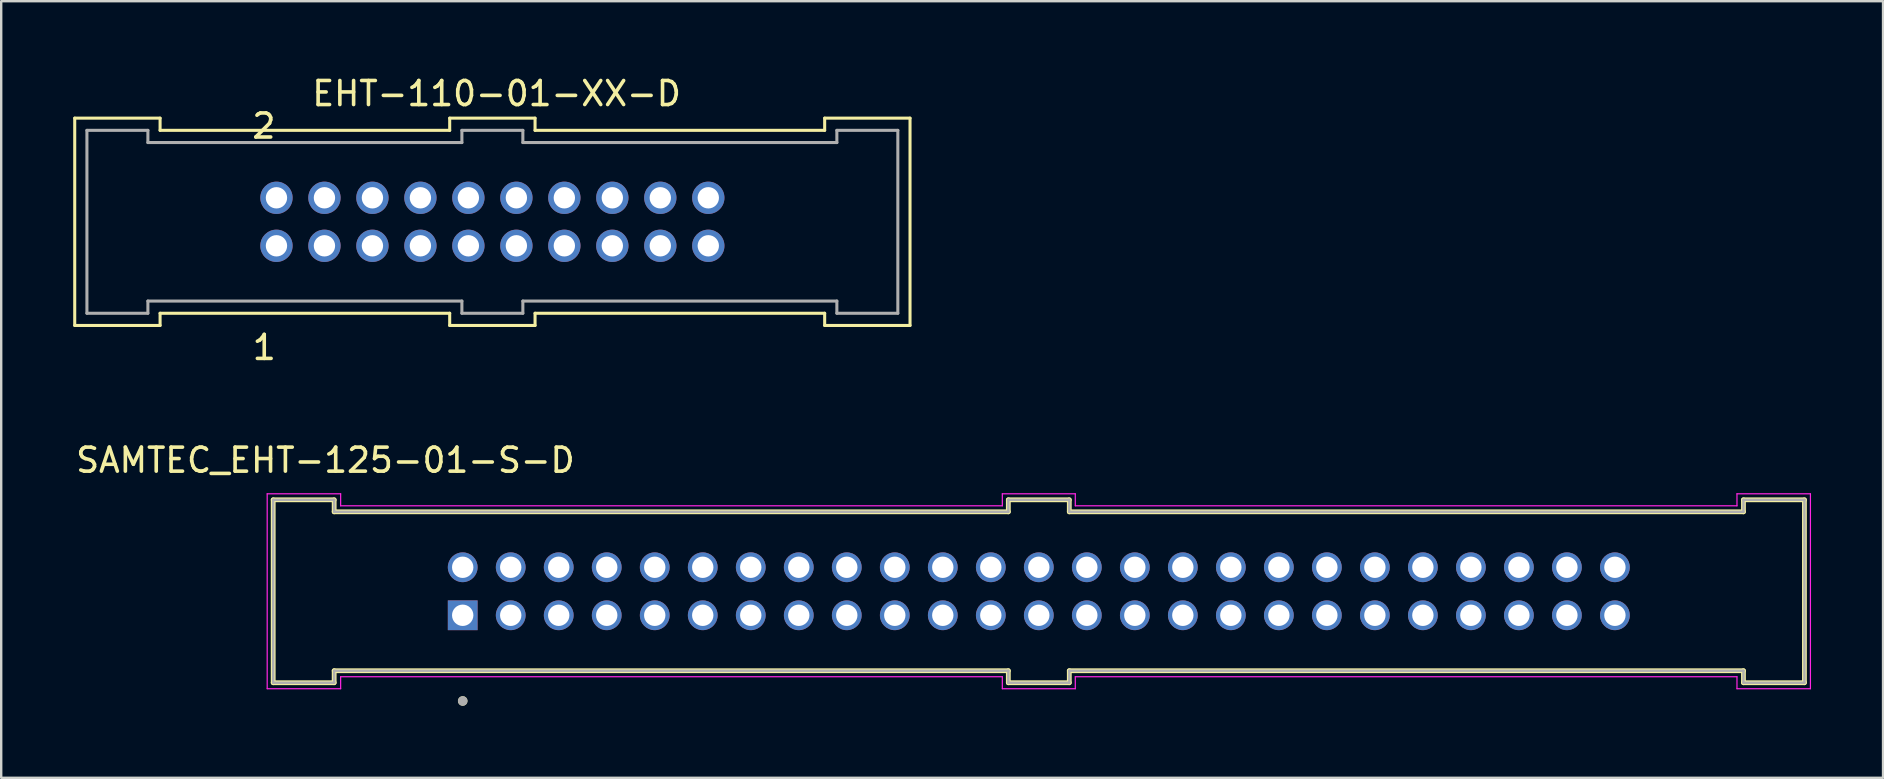
<source format=kicad_pcb>
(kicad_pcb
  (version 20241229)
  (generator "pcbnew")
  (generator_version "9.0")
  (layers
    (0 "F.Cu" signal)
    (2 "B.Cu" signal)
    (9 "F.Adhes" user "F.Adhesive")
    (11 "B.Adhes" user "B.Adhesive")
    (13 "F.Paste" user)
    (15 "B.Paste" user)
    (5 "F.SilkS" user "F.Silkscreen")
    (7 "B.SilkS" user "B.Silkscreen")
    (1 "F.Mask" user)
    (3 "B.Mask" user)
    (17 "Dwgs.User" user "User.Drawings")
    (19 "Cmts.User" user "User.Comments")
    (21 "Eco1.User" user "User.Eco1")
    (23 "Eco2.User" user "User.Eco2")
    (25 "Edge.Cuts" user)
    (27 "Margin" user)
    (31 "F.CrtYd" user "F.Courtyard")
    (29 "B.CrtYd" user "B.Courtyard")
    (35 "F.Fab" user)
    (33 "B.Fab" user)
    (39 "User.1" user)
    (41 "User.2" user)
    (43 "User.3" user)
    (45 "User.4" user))
  (footprint "EHT-110-01-XX-D"
    (layer "F.Cu")
    (at 17.462 6.19)
    (property "Reference" "EHT-110-01-XX-D" (at 0.177 -5.341 0) (layer "F.SilkS") (effects (font (size 1.001 1.001) (thickness 0.15))))
    (attr through_hole)
    (fp_line (start -17.399 -4.318) (end -13.843 -4.318) (stroke (width 0.127) (type solid)) (layer "F.SilkS"))
    (fp_line (start -17.399 4.318) (end -17.399 -4.318) (stroke (width 0.127) (type solid)) (layer "F.SilkS"))
    (fp_line (start -13.843 -4.318) (end -13.843 -3.81) (stroke (width 0.127) (type solid)) (layer "F.SilkS"))
    (fp_line (start -13.843 -3.81) (end -1.778 -3.81) (stroke (width 0.127) (type solid)) (layer "F.SilkS"))
    (fp_line (start -13.843 3.81) (end -13.843 4.318) (stroke (width 0.127) (type solid)) (layer "F.SilkS"))
    (fp_line (start -13.843 4.318) (end -17.399 4.318) (stroke (width 0.127) (type solid)) (layer "F.SilkS"))
    (fp_line (start -1.778 -4.318) (end 1.778 -4.318) (stroke (width 0.127) (type solid)) (layer "F.SilkS"))
    (fp_line (start -1.778 -3.81) (end -1.778 -4.318) (stroke (width 0.127) (type solid)) (layer "F.SilkS"))
    (fp_line (start -1.778 3.81) (end -13.843 3.81) (stroke (width 0.127) (type solid)) (layer "F.SilkS"))
    (fp_line (start -1.778 4.318) (end -1.778 3.81) (stroke (width 0.127) (type solid)) (layer "F.SilkS"))
    (fp_line (start 1.778 -4.318) (end 1.778 -3.81) (stroke (width 0.127) (type solid)) (layer "F.SilkS"))
    (fp_line (start 1.778 -3.81) (end 13.843 -3.81) (stroke (width 0.127) (type solid)) (layer "F.SilkS"))
    (fp_line (start 1.778 3.81) (end 1.778 4.318) (stroke (width 0.127) (type solid)) (layer "F.SilkS"))
    (fp_line (start 1.778 4.318) (end -1.778 4.318) (stroke (width 0.127) (type solid)) (layer "F.SilkS"))
    (fp_line (start 13.843 -4.318) (end 17.399 -4.318) (stroke (width 0.127) (type solid)) (layer "F.SilkS"))
    (fp_line (start 13.843 -3.81) (end 13.843 -4.318) (stroke (width 0.127) (type solid)) (layer "F.SilkS"))
    (fp_line (start 13.843 3.81) (end 1.778 3.81) (stroke (width 0.127) (type solid)) (layer "F.SilkS"))
    (fp_line (start 13.843 4.318) (end 13.843 3.81) (stroke (width 0.127) (type solid)) (layer "F.SilkS"))
    (fp_line (start 17.399 -4.318) (end 17.399 4.318) (stroke (width 0.127) (type solid)) (layer "F.SilkS"))
    (fp_line (start 17.399 4.318) (end 13.843 4.318) (stroke (width 0.127) (type solid)) (layer "F.SilkS"))
    (fp_line (start -16.891 -3.81) (end -14.351 -3.81) (stroke (width 0.127) (type solid)) (layer "F.Fab"))
    (fp_line (start -16.891 3.81) (end -16.891 -3.81) (stroke (width 0.127) (type solid)) (layer "F.Fab"))
    (fp_line (start -14.351 -3.81) (end -14.351 -3.302) (stroke (width 0.127) (type solid)) (layer "F.Fab"))
    (fp_line (start -14.351 -3.302) (end -1.27 -3.302) (stroke (width 0.127) (type solid)) (layer "F.Fab"))
    (fp_line (start -14.351 3.302) (end -14.351 3.81) (stroke (width 0.127) (type solid)) (layer "F.Fab"))
    (fp_line (start -14.351 3.81) (end -16.891 3.81) (stroke (width 0.127) (type solid)) (layer "F.Fab"))
    (fp_line (start -1.27 -3.81) (end 1.27 -3.81) (stroke (width 0.127) (type solid)) (layer "F.Fab"))
    (fp_line (start -1.27 -3.302) (end -1.27 -3.81) (stroke (width 0.127) (type solid)) (layer "F.Fab"))
    (fp_line (start -1.27 3.302) (end -14.351 3.302) (stroke (width 0.127) (type solid)) (layer "F.Fab"))
    (fp_line (start -1.27 3.81) (end -1.27 3.302) (stroke (width 0.127) (type solid)) (layer "F.Fab"))
    (fp_line (start 1.27 -3.81) (end 1.27 -3.302) (stroke (width 0.127) (type solid)) (layer "F.Fab"))
    (fp_line (start 1.27 -3.302) (end 14.351 -3.302) (stroke (width 0.127) (type solid)) (layer "F.Fab"))
    (fp_line (start 1.27 3.302) (end 1.27 3.81) (stroke (width 0.127) (type solid)) (layer "F.Fab"))
    (fp_line (start 1.27 3.81) (end -1.27 3.81) (stroke (width 0.127) (type solid)) (layer "F.Fab"))
    (fp_line (start 14.351 -3.81) (end 16.891 -3.81) (stroke (width 0.127) (type solid)) (layer "F.Fab"))
    (fp_line (start 14.351 -3.302) (end 14.351 -3.81) (stroke (width 0.127) (type solid)) (layer "F.Fab"))
    (fp_line (start 14.351 3.302) (end 1.27 3.302) (stroke (width 0.127) (type solid)) (layer "F.Fab"))
    (fp_line (start 14.351 3.81) (end 14.351 3.302) (stroke (width 0.127) (type solid)) (layer "F.Fab"))
    (fp_line (start 16.891 -3.81) (end 16.891 3.81) (stroke (width 0.127) (type solid)) (layer "F.Fab"))
    (fp_line (start 16.891 3.81) (end 14.351 3.81) (stroke (width 0.127) (type solid)) (layer "F.Fab"))
    (fp_text user "1" (at -9.504 5.235 0) (layer "F.SilkS") (effects (font (size 1 1) (thickness 0.15))))
    (fp_text user "2" (at -9.521 -3.989 0) (layer "F.SilkS") (effects (font (size 1.002 1.002) (thickness 0.15))))
    (pad "1" thru_hole circle (at -8.995 1) (size 1.346 1.346) (drill 0.889) (layers "*.Cu" "*.Mask"))
    (pad "2" thru_hole circle (at -8.995 -1) (size 1.346 1.346) (drill 0.889) (layers "*.Cu" "*.Mask"))
    (pad "3" thru_hole circle (at -6.996 1) (size 1.346 1.346) (drill 0.889) (layers "*.Cu" "*.Mask"))
    (pad "4" thru_hole circle (at -6.996 -1) (size 1.346 1.346) (drill 0.889) (layers "*.Cu" "*.Mask"))
    (pad "5" thru_hole circle (at -4.997 1) (size 1.346 1.346) (drill 0.889) (layers "*.Cu" "*.Mask"))
    (pad "6" thru_hole circle (at -4.997 -1) (size 1.346 1.346) (drill 0.889) (layers "*.Cu" "*.Mask"))
    (pad "7" thru_hole circle (at -2.998 1) (size 1.346 1.346) (drill 0.889) (layers "*.Cu" "*.Mask"))
    (pad "8" thru_hole circle (at -2.998 -1) (size 1.346 1.346) (drill 0.889) (layers "*.Cu" "*.Mask"))
    (pad "9" thru_hole circle (at -1 1) (size 1.346 1.346) (drill 0.889) (layers "*.Cu" "*.Mask"))
    (pad "10" thru_hole circle (at -1 -1) (size 1.346 1.346) (drill 0.889) (layers "*.Cu" "*.Mask"))
    (pad "11" thru_hole circle (at 1 1) (size 1.346 1.346) (drill 0.889) (layers "*.Cu" "*.Mask"))
    (pad "12" thru_hole circle (at 1 -1) (size 1.346 1.346) (drill 0.889) (layers "*.Cu" "*.Mask"))
    (pad "13" thru_hole circle (at 2.998 1) (size 1.346 1.346) (drill 0.889) (layers "*.Cu" "*.Mask"))
    (pad "14" thru_hole circle (at 2.998 -1) (size 1.346 1.346) (drill 0.889) (layers "*.Cu" "*.Mask"))
    (pad "15" thru_hole circle (at 4.997 1) (size 1.346 1.346) (drill 0.889) (layers "*.Cu" "*.Mask"))
    (pad "16" thru_hole circle (at 4.997 -1) (size 1.346 1.346) (drill 0.889) (layers "*.Cu" "*.Mask"))
    (pad "17" thru_hole circle (at 6.996 1) (size 1.346 1.346) (drill 0.889) (layers "*.Cu" "*.Mask"))
    (pad "18" thru_hole circle (at 6.996 -1) (size 1.346 1.346) (drill 0.889) (layers "*.Cu" "*.Mask"))
    (pad "19" thru_hole circle (at 8.995 1) (size 1.346 1.346) (drill 0.889) (layers "*.Cu" "*.Mask"))
    (pad "20" thru_hole circle (at 8.995 -1) (size 1.346 1.346) (drill 0.889) (layers "*.Cu" "*.Mask")))
  (footprint "SAMTEC_EHT-125-01-S-D"
    (layer "F.Cu")
    (at 40.226 21.582)
    (property "Reference" "SAMTEC_EHT-125-01-S-D" (at -29.72 -5.46 0) (layer "F.SilkS") (effects (font (size 1 1) (thickness 0.15))))
    (attr through_hole)
    (fp_line (start -31.895 -3.81) (end -29.355 -3.81) (stroke (width 0.2) (type solid)) (layer "F.SilkS"))
    (fp_line (start -31.895 3.81) (end -31.895 -3.81) (stroke (width 0.2) (type solid)) (layer "F.SilkS"))
    (fp_line (start -31.895 3.81) (end -29.355 3.81) (stroke (width 0.2) (type solid)) (layer "F.SilkS"))
    (fp_line (start -29.355 -3.31) (end -29.355 -3.81) (stroke (width 0.2) (type solid)) (layer "F.SilkS"))
    (fp_line (start -29.355 -3.31) (end -1.27 -3.31) (stroke (width 0.2) (type solid)) (layer "F.SilkS"))
    (fp_line (start -29.355 3.31) (end -29.355 3.81) (stroke (width 0.2) (type solid)) (layer "F.SilkS"))
    (fp_line (start -29.355 3.31) (end -1.27 3.31) (stroke (width 0.2) (type solid)) (layer "F.SilkS"))
    (fp_line (start -1.27 -3.81) (end 1.27 -3.81) (stroke (width 0.2) (type solid)) (layer "F.SilkS"))
    (fp_line (start -1.27 -3.31) (end -1.27 -3.81) (stroke (width 0.2) (type solid)) (layer "F.SilkS"))
    (fp_line (start -1.27 3.31) (end -1.27 3.81) (stroke (width 0.2) (type solid)) (layer "F.SilkS"))
    (fp_line (start -1.27 3.81) (end 1.27 3.81) (stroke (width 0.2) (type solid)) (layer "F.SilkS"))
    (fp_line (start 1.27 -3.31) (end 1.27 -3.81) (stroke (width 0.2) (type solid)) (layer "F.SilkS"))
    (fp_line (start 1.27 3.31) (end 1.27 3.81) (stroke (width 0.2) (type solid)) (layer "F.SilkS"))
    (fp_line (start 29.355 -3.31) (end 1.27 -3.31) (stroke (width 0.2) (type solid)) (layer "F.SilkS"))
    (fp_line (start 29.355 -3.31) (end 29.355 -3.81) (stroke (width 0.2) (type solid)) (layer "F.SilkS"))
    (fp_line (start 29.355 3.31) (end 1.27 3.31) (stroke (width 0.2) (type solid)) (layer "F.SilkS"))
    (fp_line (start 29.355 3.31) (end 29.355 3.81) (stroke (width 0.2) (type solid)) (layer "F.SilkS"))
    (fp_line (start 31.895 -3.81) (end 29.355 -3.81) (stroke (width 0.2) (type solid)) (layer "F.SilkS"))
    (fp_line (start 31.895 3.81) (end 29.355 3.81) (stroke (width 0.2) (type solid)) (layer "F.SilkS"))
    (fp_line (start 31.895 3.81) (end 31.895 -3.81) (stroke (width 0.2) (type solid)) (layer "F.SilkS"))
    (fp_circle (center -24 4.57) (end -23.9 4.57) (stroke (width 0.2) (type solid)) (fill no) (layer "F.SilkS"))
    (fp_line (start -32.145 -4.06) (end -29.085 -4.06) (stroke (width 0.05) (type solid)) (layer "F.CrtYd"))
    (fp_line (start -32.145 4.06) (end -32.145 -4.06) (stroke (width 0.05) (type solid)) (layer "F.CrtYd"))
    (fp_line (start -32.145 4.06) (end -29.085 4.06) (stroke (width 0.05) (type solid)) (layer "F.CrtYd"))
    (fp_line (start -29.085 -3.56) (end -29.085 -4.06) (stroke (width 0.05) (type solid)) (layer "F.CrtYd"))
    (fp_line (start -29.085 -3.56) (end -1.52 -3.56) (stroke (width 0.05) (type solid)) (layer "F.CrtYd"))
    (fp_line (start -29.085 3.56) (end -29.085 4.06) (stroke (width 0.05) (type solid)) (layer "F.CrtYd"))
    (fp_line (start -29.085 3.56) (end -1.52 3.56) (stroke (width 0.05) (type solid)) (layer "F.CrtYd"))
    (fp_line (start -1.52 -4.06) (end 1.52 -4.06) (stroke (width 0.05) (type solid)) (layer "F.CrtYd"))
    (fp_line (start -1.52 -3.56) (end -1.52 -4.06) (stroke (width 0.05) (type solid)) (layer "F.CrtYd"))
    (fp_line (start -1.52 3.56) (end -1.52 4.06) (stroke (width 0.05) (type solid)) (layer "F.CrtYd"))
    (fp_line (start -1.52 4.06) (end 1.52 4.06) (stroke (width 0.05) (type solid)) (layer "F.CrtYd"))
    (fp_line (start 1.52 -3.56) (end 1.52 -4.06) (stroke (width 0.05) (type solid)) (layer "F.CrtYd"))
    (fp_line (start 1.52 3.56) (end 1.52 4.06) (stroke (width 0.05) (type solid)) (layer "F.CrtYd"))
    (fp_line (start 29.085 -3.56) (end 1.52 -3.56) (stroke (width 0.05) (type solid)) (layer "F.CrtYd"))
    (fp_line (start 29.085 -3.56) (end 29.085 -4.06) (stroke (width 0.05) (type solid)) (layer "F.CrtYd"))
    (fp_line (start 29.085 3.56) (end 1.52 3.56) (stroke (width 0.05) (type solid)) (layer "F.CrtYd"))
    (fp_line (start 29.085 3.56) (end 29.085 4.06) (stroke (width 0.05) (type solid)) (layer "F.CrtYd"))
    (fp_line (start 32.145 -4.06) (end 29.085 -4.06) (stroke (width 0.05) (type solid)) (layer "F.CrtYd"))
    (fp_line (start 32.145 4.06) (end 29.085 4.06) (stroke (width 0.05) (type solid)) (layer "F.CrtYd"))
    (fp_line (start 32.145 4.06) (end 32.145 -4.06) (stroke (width 0.05) (type solid)) (layer "F.CrtYd"))
    (fp_line (start -31.895 -3.81) (end -29.355 -3.81) (stroke (width 0.1) (type solid)) (layer "F.Fab"))
    (fp_line (start -31.895 3.81) (end -31.895 -3.81) (stroke (width 0.1) (type solid)) (layer "F.Fab"))
    (fp_line (start -31.895 3.81) (end -29.355 3.81) (stroke (width 0.1) (type solid)) (layer "F.Fab"))
    (fp_line (start -29.355 -3.31) (end -29.355 -3.81) (stroke (width 0.1) (type solid)) (layer "F.Fab"))
    (fp_line (start -29.355 -3.31) (end -1.27 -3.31) (stroke (width 0.1) (type solid)) (layer "F.Fab"))
    (fp_line (start -29.355 3.31) (end -29.355 3.81) (stroke (width 0.1) (type solid)) (layer "F.Fab"))
    (fp_line (start -29.355 3.31) (end -1.27 3.31) (stroke (width 0.1) (type solid)) (layer "F.Fab"))
    (fp_line (start -1.27 -3.81) (end 1.27 -3.81) (stroke (width 0.1) (type solid)) (layer "F.Fab"))
    (fp_line (start -1.27 -3.31) (end -1.27 -3.81) (stroke (width 0.1) (type solid)) (layer "F.Fab"))
    (fp_line (start -1.27 3.31) (end -1.27 3.81) (stroke (width 0.1) (type solid)) (layer "F.Fab"))
    (fp_line (start -1.27 3.81) (end 1.27 3.81) (stroke (width 0.1) (type solid)) (layer "F.Fab"))
    (fp_line (start 1.27 -3.31) (end 1.27 -3.81) (stroke (width 0.1) (type solid)) (layer "F.Fab"))
    (fp_line (start 1.27 3.31) (end 1.27 3.81) (stroke (width 0.1) (type solid)) (layer "F.Fab"))
    (fp_line (start 29.355 -3.31) (end 1.27 -3.31) (stroke (width 0.1) (type solid)) (layer "F.Fab"))
    (fp_line (start 29.355 -3.31) (end 29.355 -3.81) (stroke (width 0.1) (type solid)) (layer "F.Fab"))
    (fp_line (start 29.355 3.31) (end 1.27 3.31) (stroke (width 0.1) (type solid)) (layer "F.Fab"))
    (fp_line (start 29.355 3.31) (end 29.355 3.81) (stroke (width 0.1) (type solid)) (layer "F.Fab"))
    (fp_line (start 31.895 -3.81) (end 29.355 -3.81) (stroke (width 0.1) (type solid)) (layer "F.Fab"))
    (fp_line (start 31.895 3.81) (end 29.355 3.81) (stroke (width 0.1) (type solid)) (layer "F.Fab"))
    (fp_line (start 31.895 3.81) (end 31.895 -3.81) (stroke (width 0.1) (type solid)) (layer "F.Fab"))
    (fp_circle (center -24 4.57) (end -23.9 4.57) (stroke (width 0.2) (type solid)) (fill no) (layer "F.Fab"))
    (pad "01" thru_hole rect (at -24 1) (size 1.24 1.24) (drill 0.89) (layers "*.Cu" "*.Mask"))
    (pad "02" thru_hole circle (at -24 -1) (size 1.24 1.24) (drill 0.89) (layers "*.Cu" "*.Mask"))
    (pad "03" thru_hole circle (at -22 1) (size 1.24 1.24) (drill 0.89) (layers "*.Cu" "*.Mask"))
    (pad "04" thru_hole circle (at -22 -1) (size 1.24 1.24) (drill 0.89) (layers "*.Cu" "*.Mask"))
    (pad "05" thru_hole circle (at -20 1) (size 1.24 1.24) (drill 0.89) (layers "*.Cu" "*.Mask"))
    (pad "06" thru_hole circle (at -20 -1) (size 1.24 1.24) (drill 0.89) (layers "*.Cu" "*.Mask"))
    (pad "07" thru_hole circle (at -18 1) (size 1.24 1.24) (drill 0.89) (layers "*.Cu" "*.Mask"))
    (pad "08" thru_hole circle (at -18 -1) (size 1.24 1.24) (drill 0.89) (layers "*.Cu" "*.Mask"))
    (pad "09" thru_hole circle (at -16 1) (size 1.24 1.24) (drill 0.89) (layers "*.Cu" "*.Mask"))
    (pad "10" thru_hole circle (at -16 -1) (size 1.24 1.24) (drill 0.89) (layers "*.Cu" "*.Mask"))
    (pad "11" thru_hole circle (at -14 1) (size 1.24 1.24) (drill 0.89) (layers "*.Cu" "*.Mask"))
    (pad "12" thru_hole circle (at -14 -1) (size 1.24 1.24) (drill 0.89) (layers "*.Cu" "*.Mask"))
    (pad "13" thru_hole circle (at -12 1) (size 1.24 1.24) (drill 0.89) (layers "*.Cu" "*.Mask"))
    (pad "14" thru_hole circle (at -12 -1) (size 1.24 1.24) (drill 0.89) (layers "*.Cu" "*.Mask"))
    (pad "15" thru_hole circle (at -10 1) (size 1.24 1.24) (drill 0.89) (layers "*.Cu" "*.Mask"))
    (pad "16" thru_hole circle (at -10 -1) (size 1.24 1.24) (drill 0.89) (layers "*.Cu" "*.Mask"))
    (pad "17" thru_hole circle (at -8 1) (size 1.24 1.24) (drill 0.89) (layers "*.Cu" "*.Mask"))
    (pad "18" thru_hole circle (at -8 -1) (size 1.24 1.24) (drill 0.89) (layers "*.Cu" "*.Mask"))
    (pad "19" thru_hole circle (at -6 1) (size 1.24 1.24) (drill 0.89) (layers "*.Cu" "*.Mask"))
    (pad "20" thru_hole circle (at -6 -1) (size 1.24 1.24) (drill 0.89) (layers "*.Cu" "*.Mask"))
    (pad "21" thru_hole circle (at -4 1) (size 1.24 1.24) (drill 0.89) (layers "*.Cu" "*.Mask"))
    (pad "22" thru_hole circle (at -4 -1) (size 1.24 1.24) (drill 0.89) (layers "*.Cu" "*.Mask"))
    (pad "23" thru_hole circle (at -2 1) (size 1.24 1.24) (drill 0.89) (layers "*.Cu" "*.Mask"))
    (pad "24" thru_hole circle (at -2 -1) (size 1.24 1.24) (drill 0.89) (layers "*.Cu" "*.Mask"))
    (pad "25" thru_hole circle (at 0 1) (size 1.24 1.24) (drill 0.89) (layers "*.Cu" "*.Mask"))
    (pad "26" thru_hole circle (at 0 -1) (size 1.24 1.24) (drill 0.89) (layers "*.Cu" "*.Mask"))
    (pad "27" thru_hole circle (at 2 1) (size 1.24 1.24) (drill 0.89) (layers "*.Cu" "*.Mask"))
    (pad "28" thru_hole circle (at 2 -1) (size 1.24 1.24) (drill 0.89) (layers "*.Cu" "*.Mask"))
    (pad "29" thru_hole circle (at 4 1) (size 1.24 1.24) (drill 0.89) (layers "*.Cu" "*.Mask"))
    (pad "30" thru_hole circle (at 4 -1) (size 1.24 1.24) (drill 0.89) (layers "*.Cu" "*.Mask"))
    (pad "31" thru_hole circle (at 6 1) (size 1.24 1.24) (drill 0.89) (layers "*.Cu" "*.Mask"))
    (pad "32" thru_hole circle (at 6 -1) (size 1.24 1.24) (drill 0.89) (layers "*.Cu" "*.Mask"))
    (pad "33" thru_hole circle (at 8 1) (size 1.24 1.24) (drill 0.89) (layers "*.Cu" "*.Mask"))
    (pad "34" thru_hole circle (at 8 -1) (size 1.24 1.24) (drill 0.89) (layers "*.Cu" "*.Mask"))
    (pad "35" thru_hole circle (at 10 1) (size 1.24 1.24) (drill 0.89) (layers "*.Cu" "*.Mask"))
    (pad "36" thru_hole circle (at 10 -1) (size 1.24 1.24) (drill 0.89) (layers "*.Cu" "*.Mask"))
    (pad "37" thru_hole circle (at 12 1) (size 1.24 1.24) (drill 0.89) (layers "*.Cu" "*.Mask"))
    (pad "38" thru_hole circle (at 12 -1) (size 1.24 1.24) (drill 0.89) (layers "*.Cu" "*.Mask"))
    (pad "39" thru_hole circle (at 14 1) (size 1.24 1.24) (drill 0.89) (layers "*.Cu" "*.Mask"))
    (pad "40" thru_hole circle (at 14 -1) (size 1.24 1.24) (drill 0.89) (layers "*.Cu" "*.Mask"))
    (pad "41" thru_hole circle (at 16 1) (size 1.24 1.24) (drill 0.89) (layers "*.Cu" "*.Mask"))
    (pad "42" thru_hole circle (at 16 -1) (size 1.24 1.24) (drill 0.89) (layers "*.Cu" "*.Mask"))
    (pad "43" thru_hole circle (at 18 1) (size 1.24 1.24) (drill 0.89) (layers "*.Cu" "*.Mask"))
    (pad "44" thru_hole circle (at 18 -1) (size 1.24 1.24) (drill 0.89) (layers "*.Cu" "*.Mask"))
    (pad "45" thru_hole circle (at 20 1) (size 1.24 1.24) (drill 0.89) (layers "*.Cu" "*.Mask"))
    (pad "46" thru_hole circle (at 20 -1) (size 1.24 1.24) (drill 0.89) (layers "*.Cu" "*.Mask"))
    (pad "47" thru_hole circle (at 22 1) (size 1.24 1.24) (drill 0.89) (layers "*.Cu" "*.Mask"))
    (pad "48" thru_hole circle (at 22 -1) (size 1.24 1.24) (drill 0.89) (layers "*.Cu" "*.Mask"))
    (pad "49" thru_hole circle (at 24 1) (size 1.24 1.24) (drill 0.89) (layers "*.Cu" "*.Mask"))
    (pad "50" thru_hole circle (at 24 -1) (size 1.24 1.24) (drill 0.89) (layers "*.Cu" "*.Mask")))
  (gr_rect
    (start -3 -3)
    (end 75.396 29.352)
    (stroke (width 0.1) (type default))
    (fill no)
    (layer "Edge.Cuts")))
</source>
